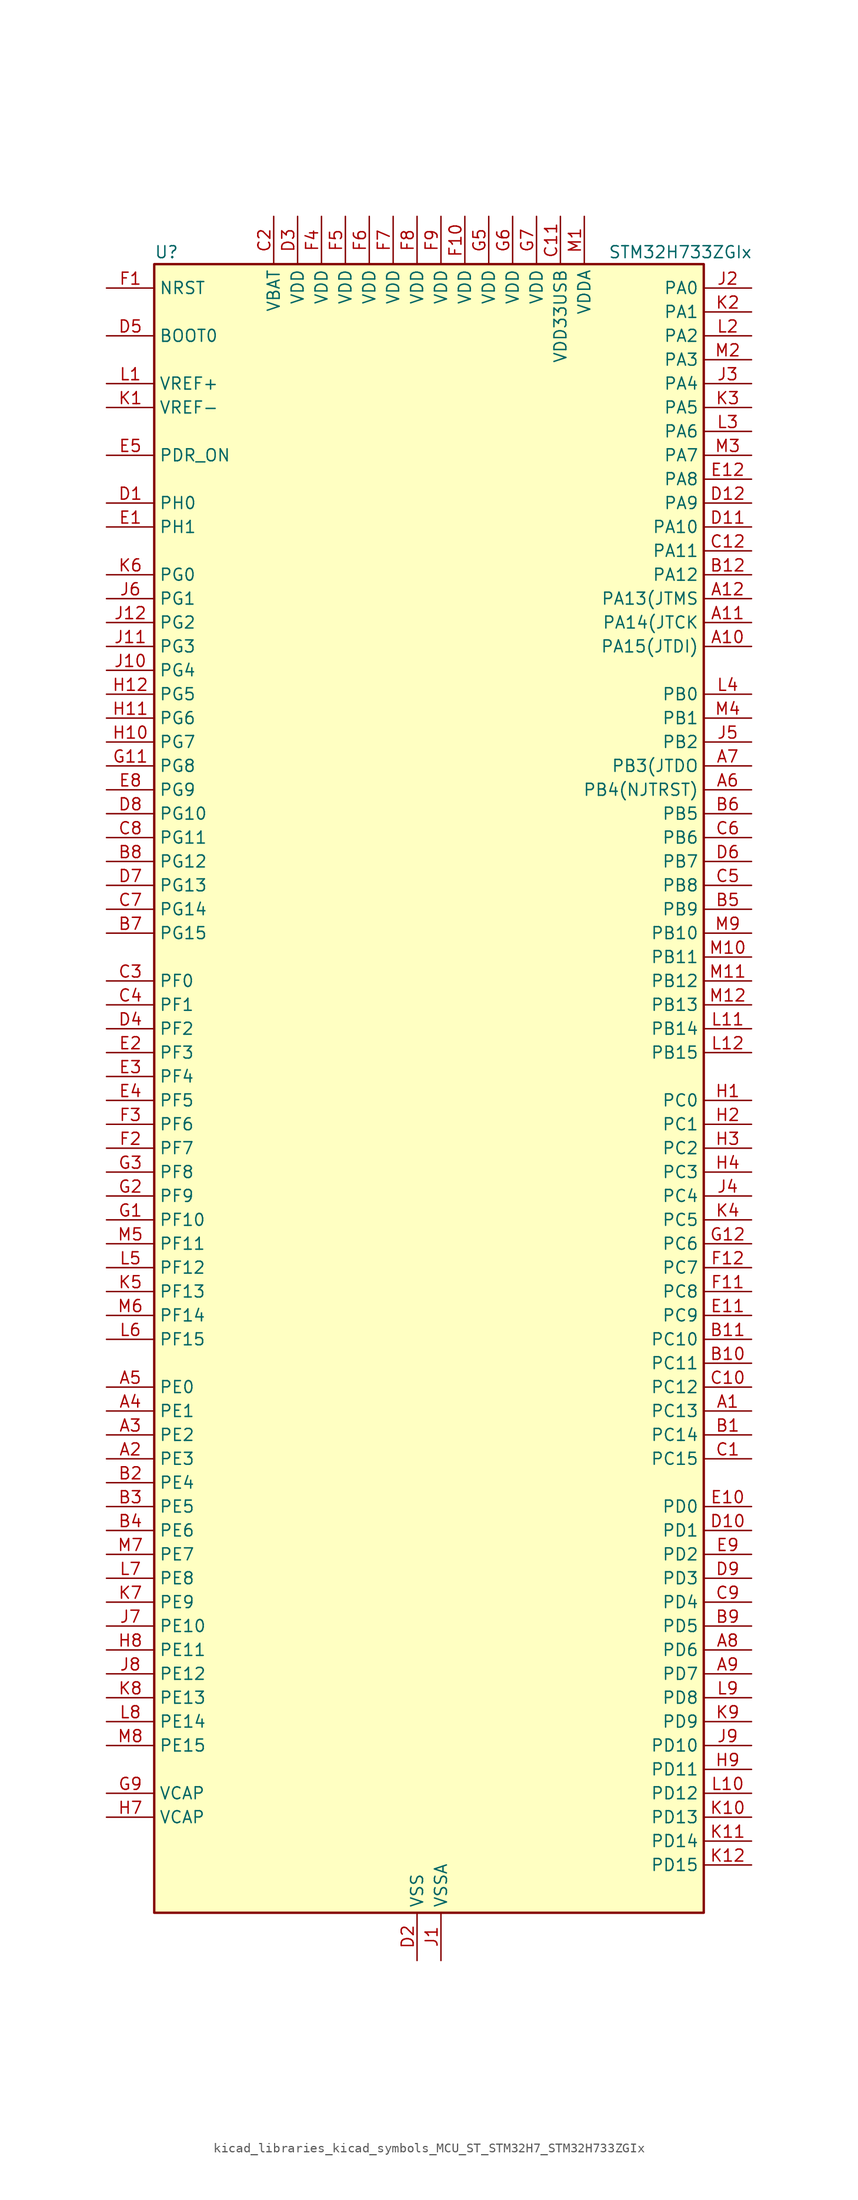
<source format=kicad_sym>
(kicad_symbol_lib
  (version 20220914)
  (generator kicad_symbol_editor)
  (symbol "kicad_libraries_kicad_symbols_MCU_ST_STM32H7_STM32H733ZGIx"
    (property "Reference" "U"
      (at -27.94 90.17 0)
      (effects (font (size 1.27 1.27)) (justify left)))
    (property "Value" "STM32H733ZGIx"
      (at 20.32 90.17 0)
      (effects (font (size 1.27 1.27)) (justify left)))
    (property "ki_locked" ""
      (at 0 0 0)
      (effects (font (size 1.27 1.27))))
    (symbol "kicad_libraries_kicad_symbols_MCU_ST_STM32H7_STM32H733ZGIx_0_1"
      (rectangle (start -27.94 -86.36) (end 30.48 88.9) (stroke (width 0.254) (type default)) (fill (type background))))
    (symbol "kicad_libraries_kicad_symbols_MCU_ST_STM32H7_STM32H733ZGIx_1_1"
      (pin bidirectional line (at 35.56 -33.02 180) (length 5.08) (name "PC13" (effects (font (size 1.27 1.27)))) (number "A1" (effects (font (size 1.27 1.27)))) (alternate "PWR_WKUP4" bidirectional line) (alternate "RTC_OUT_ALARM" bidirectional line) (alternate "RTC_OUT_CALIB" bidirectional line) (alternate "RTC_TAMP1" bidirectional line) (alternate "RTC_TS" bidirectional line))
      (pin bidirectional line (at 35.56 48.26 180) (length 5.08) (name "PA15(JTDI)" (effects (font (size 1.27 1.27)))) (number "A10" (effects (font (size 1.27 1.27)))) (alternate "ADC1_EXTI15" bidirectional line) (alternate "ADC2_EXTI15" bidirectional line) (alternate "ADC3_EXTI15" bidirectional line) (alternate "CEC" bidirectional line) (alternate "DEBUG_JTDI" bidirectional line) (alternate "I2S1_WS" bidirectional line) (alternate "I2S3_WS" bidirectional line) (alternate "I2S6_WS" bidirectional line) (alternate "LTDC_B6" bidirectional line) (alternate "LTDC_R3" bidirectional line) (alternate "SPI1_NSS" bidirectional line) (alternate "SPI3_NSS" bidirectional line) (alternate "SPI6_NSS" bidirectional line) (alternate "TIM2_CH1" bidirectional line) (alternate "TIM2_ETR" bidirectional line) (alternate "UART4_DE" bidirectional line) (alternate "UART4_RTS" bidirectional line) (alternate "UART7_TX" bidirectional line))
      (pin bidirectional line (at 35.56 50.8 180) (length 5.08) (name "PA14(JTCK" (effects (font (size 1.27 1.27)))) (number "A11" (effects (font (size 1.27 1.27)))) (alternate "DEBUG_JTCK-SWCLK" bidirectional line))
      (pin bidirectional line (at 35.56 53.34 180) (length 5.08) (name "PA13(JTMS" (effects (font (size 1.27 1.27)))) (number "A12" (effects (font (size 1.27 1.27)))) (alternate "DEBUG_JTMS-SWDIO" bidirectional line))
      (pin bidirectional line (at -33.02 -38.1 0) (length 5.08) (name "PE3" (effects (font (size 1.27 1.27)))) (number "A2" (effects (font (size 1.27 1.27)))) (alternate "DEBUG_TRACED0" bidirectional line) (alternate "FMC_A19" bidirectional line) (alternate "SAI1_SD_B" bidirectional line) (alternate "SAI4_SD_B" bidirectional line) (alternate "TIM15_BKIN" bidirectional line) (alternate "USART10_TX" bidirectional line))
      (pin bidirectional line (at -33.02 -35.56 0) (length 5.08) (name "PE2" (effects (font (size 1.27 1.27)))) (number "A3" (effects (font (size 1.27 1.27)))) (alternate "DEBUG_TRACECLK" bidirectional line) (alternate "ETH_TXD3" bidirectional line) (alternate "FMC_A23" bidirectional line) (alternate "OCTOSPIM_P1_IO2" bidirectional line) (alternate "SAI1_CK1" bidirectional line) (alternate "SAI1_MCLK_A" bidirectional line) (alternate "SAI4_CK1" bidirectional line) (alternate "SAI4_MCLK_A" bidirectional line) (alternate "SPI4_SCK" bidirectional line) (alternate "USART10_RX" bidirectional line))
      (pin bidirectional line (at -33.02 -33.02 0) (length 5.08) (name "PE1" (effects (font (size 1.27 1.27)))) (number "A4" (effects (font (size 1.27 1.27)))) (alternate "DCMI_D3" bidirectional line) (alternate "FMC_NBL1" bidirectional line) (alternate "LPTIM1_IN2" bidirectional line) (alternate "LTDC_R6" bidirectional line) (alternate "PSSI_D3" bidirectional line) (alternate "UART8_TX" bidirectional line))
      (pin bidirectional line (at -33.02 -30.48 0) (length 5.08) (name "PE0" (effects (font (size 1.27 1.27)))) (number "A5" (effects (font (size 1.27 1.27)))) (alternate "DCMI_D2" bidirectional line) (alternate "FMC_NBL0" bidirectional line) (alternate "LPTIM1_ETR" bidirectional line) (alternate "LPTIM2_ETR" bidirectional line) (alternate "LTDC_R0" bidirectional line) (alternate "PSSI_D2" bidirectional line) (alternate "SAI4_MCLK_A" bidirectional line) (alternate "TIM4_ETR" bidirectional line) (alternate "UART8_RX" bidirectional line))
      (pin bidirectional line (at 35.56 33.02 180) (length 5.08) (name "PB4(NJTRST)" (effects (font (size 1.27 1.27)))) (number "A6" (effects (font (size 1.27 1.27)))) (alternate "DEBUG_JTRST" bidirectional line) (alternate "I2S1_SDI" bidirectional line) (alternate "I2S2_WS" bidirectional line) (alternate "I2S3_SDI" bidirectional line) (alternate "I2S6_SDI" bidirectional line) (alternate "SDMMC2_D3" bidirectional line) (alternate "SPI1_MISO" bidirectional line) (alternate "SPI2_NSS" bidirectional line) (alternate "SPI3_MISO" bidirectional line) (alternate "SPI6_MISO" bidirectional line) (alternate "TIM16_BKIN" bidirectional line) (alternate "TIM3_CH1" bidirectional line) (alternate "UART7_TX" bidirectional line))
      (pin bidirectional line (at 35.56 35.56 180) (length 5.08) (name "PB3(JTDO" (effects (font (size 1.27 1.27)))) (number "A7" (effects (font (size 1.27 1.27)))) (alternate "CRS_SYNC" bidirectional line) (alternate "DEBUG_JTDO-SWO" bidirectional line) (alternate "I2S1_CK" bidirectional line) (alternate "I2S3_CK" bidirectional line) (alternate "I2S6_CK" bidirectional line) (alternate "SDMMC2_D2" bidirectional line) (alternate "SPI1_SCK" bidirectional line) (alternate "SPI3_SCK" bidirectional line) (alternate "SPI6_SCK" bidirectional line) (alternate "TIM24_ETR" bidirectional line) (alternate "TIM2_CH2" bidirectional line) (alternate "UART7_RX" bidirectional line))
      (pin bidirectional line (at 35.56 -58.42 180) (length 5.08) (name "PD6" (effects (font (size 1.27 1.27)))) (number "A8" (effects (font (size 1.27 1.27)))) (alternate "DCMI_D10" bidirectional line) (alternate "DFSDM1_CKIN4" bidirectional line) (alternate "DFSDM1_DATIN1" bidirectional line) (alternate "FMC_NWAIT" bidirectional line) (alternate "I2S3_SDO" bidirectional line) (alternate "LTDC_B2" bidirectional line) (alternate "OCTOSPIM_P1_IO6" bidirectional line) (alternate "PSSI_D10" bidirectional line) (alternate "SAI1_D1" bidirectional line) (alternate "SAI1_SD_A" bidirectional line) (alternate "SAI4_D1" bidirectional line) (alternate "SAI4_SD_A" bidirectional line) (alternate "SDMMC2_CK" bidirectional line) (alternate "SPI3_MOSI" bidirectional line) (alternate "USART2_RX" bidirectional line))
      (pin bidirectional line (at 35.56 -60.96 180) (length 5.08) (name "PD7" (effects (font (size 1.27 1.27)))) (number "A9" (effects (font (size 1.27 1.27)))) (alternate "DFSDM1_CKIN1" bidirectional line) (alternate "DFSDM1_DATIN4" bidirectional line) (alternate "FMC_NE1" bidirectional line) (alternate "I2S1_SDO" bidirectional line) (alternate "OCTOSPIM_P1_IO7" bidirectional line) (alternate "SDMMC2_CMD" bidirectional line) (alternate "SPDIFRX1_IN0" bidirectional line) (alternate "SPI1_MOSI" bidirectional line) (alternate "USART2_CK" bidirectional line))
      (pin bidirectional line (at 35.56 -35.56 180) (length 5.08) (name "PC14" (effects (font (size 1.27 1.27)))) (number "B1" (effects (font (size 1.27 1.27)))) (alternate "RCC_OSC32_IN" bidirectional line))
      (pin bidirectional line (at 35.56 -27.94 180) (length 5.08) (name "PC11" (effects (font (size 1.27 1.27)))) (number "B10" (effects (font (size 1.27 1.27)))) (alternate "ADC1_EXTI11" bidirectional line) (alternate "ADC2_EXTI11" bidirectional line) (alternate "ADC3_EXTI11" bidirectional line) (alternate "DCMI_D4" bidirectional line) (alternate "DFSDM1_DATIN5" bidirectional line) (alternate "I2C5_SCL" bidirectional line) (alternate "I2S3_SDI" bidirectional line) (alternate "LTDC_B4" bidirectional line) (alternate "OCTOSPIM_P1_NCS" bidirectional line) (alternate "PSSI_D4" bidirectional line) (alternate "SDMMC1_D3" bidirectional line) (alternate "SPI3_MISO" bidirectional line) (alternate "UART4_RX" bidirectional line) (alternate "USART3_RX" bidirectional line))
      (pin bidirectional line (at 35.56 -25.4 180) (length 5.08) (name "PC10" (effects (font (size 1.27 1.27)))) (number "B11" (effects (font (size 1.27 1.27)))) (alternate "DCMI_D8" bidirectional line) (alternate "DFSDM1_CKIN5" bidirectional line) (alternate "I2C5_SDA" bidirectional line) (alternate "I2S3_CK" bidirectional line) (alternate "LTDC_B1" bidirectional line) (alternate "LTDC_R2" bidirectional line) (alternate "OCTOSPIM_P1_IO1" bidirectional line) (alternate "PSSI_D8" bidirectional line) (alternate "SDMMC1_D2" bidirectional line) (alternate "SPI3_SCK" bidirectional line) (alternate "SWPMI1_RX" bidirectional line) (alternate "UART4_TX" bidirectional line) (alternate "USART3_TX" bidirectional line))
      (pin bidirectional line (at 35.56 55.88 180) (length 5.08) (name "PA12" (effects (font (size 1.27 1.27)))) (number "B12" (effects (font (size 1.27 1.27)))) (alternate "FDCAN1_TX" bidirectional line) (alternate "I2S2_CK" bidirectional line) (alternate "LPUART1_DE" bidirectional line) (alternate "LPUART1_RTS" bidirectional line) (alternate "LTDC_R5" bidirectional line) (alternate "SAI4_FS_B" bidirectional line) (alternate "SPI2_SCK" bidirectional line) (alternate "TIM1_BKIN2" bidirectional line) (alternate "TIM1_ETR" bidirectional line) (alternate "UART4_TX" bidirectional line) (alternate "USART1_DE" bidirectional line) (alternate "USART1_RTS" bidirectional line) (alternate "USB_OTG_HS_DP" bidirectional line))
      (pin bidirectional line (at -33.02 -40.64 0) (length 5.08) (name "PE4" (effects (font (size 1.27 1.27)))) (number "B2" (effects (font (size 1.27 1.27)))) (alternate "DCMI_D4" bidirectional line) (alternate "DEBUG_TRACED1" bidirectional line) (alternate "DFSDM1_DATIN3" bidirectional line) (alternate "FMC_A20" bidirectional line) (alternate "LTDC_B0" bidirectional line) (alternate "PSSI_D4" bidirectional line) (alternate "SAI1_D2" bidirectional line) (alternate "SAI1_FS_A" bidirectional line) (alternate "SAI4_D2" bidirectional line) (alternate "SAI4_FS_A" bidirectional line) (alternate "SPI4_NSS" bidirectional line) (alternate "TIM15_CH1N" bidirectional line))
      (pin bidirectional line (at -33.02 -43.18 0) (length 5.08) (name "PE5" (effects (font (size 1.27 1.27)))) (number "B3" (effects (font (size 1.27 1.27)))) (alternate "DCMI_D6" bidirectional line) (alternate "DEBUG_TRACED2" bidirectional line) (alternate "DFSDM1_CKIN3" bidirectional line) (alternate "FMC_A21" bidirectional line) (alternate "LTDC_G0" bidirectional line) (alternate "PSSI_D6" bidirectional line) (alternate "SAI1_CK2" bidirectional line) (alternate "SAI1_SCK_A" bidirectional line) (alternate "SAI4_CK2" bidirectional line) (alternate "SAI4_SCK_A" bidirectional line) (alternate "SPI4_MISO" bidirectional line) (alternate "TIM15_CH1" bidirectional line))
      (pin bidirectional line (at -33.02 -45.72 0) (length 5.08) (name "PE6" (effects (font (size 1.27 1.27)))) (number "B4" (effects (font (size 1.27 1.27)))) (alternate "DCMI_D7" bidirectional line) (alternate "DEBUG_TRACED3" bidirectional line) (alternate "FMC_A22" bidirectional line) (alternate "LTDC_G1" bidirectional line) (alternate "PSSI_D7" bidirectional line) (alternate "SAI1_D1" bidirectional line) (alternate "SAI1_SD_A" bidirectional line) (alternate "SAI4_D1" bidirectional line) (alternate "SAI4_MCLK_B" bidirectional line) (alternate "SAI4_SD_A" bidirectional line) (alternate "SPI4_MOSI" bidirectional line) (alternate "TIM15_CH2" bidirectional line) (alternate "TIM1_BKIN2" bidirectional line) (alternate "TIM1_BKIN2_COMP1" bidirectional line) (alternate "TIM1_BKIN2_COMP2" bidirectional line))
      (pin bidirectional line (at 35.56 20.32 180) (length 5.08) (name "PB9" (effects (font (size 1.27 1.27)))) (number "B5" (effects (font (size 1.27 1.27)))) (alternate "DAC1_EXTI9" bidirectional line) (alternate "DCMI_D7" bidirectional line) (alternate "DFSDM1_DATIN7" bidirectional line) (alternate "FDCAN1_TX" bidirectional line) (alternate "I2C1_SDA" bidirectional line) (alternate "I2C4_SDA" bidirectional line) (alternate "I2C4_SMBA" bidirectional line) (alternate "I2S2_WS" bidirectional line) (alternate "LTDC_B7" bidirectional line) (alternate "PSSI_D7" bidirectional line) (alternate "SDMMC1_CDIR" bidirectional line) (alternate "SDMMC1_D5" bidirectional line) (alternate "SDMMC2_D5" bidirectional line) (alternate "SPI2_NSS" bidirectional line) (alternate "TIM17_CH1" bidirectional line) (alternate "TIM4_CH4" bidirectional line) (alternate "UART4_TX" bidirectional line))
      (pin bidirectional line (at 35.56 30.48 180) (length 5.08) (name "PB5" (effects (font (size 1.27 1.27)))) (number "B6" (effects (font (size 1.27 1.27)))) (alternate "DCMI_D10" bidirectional line) (alternate "ETH_PPS_OUT" bidirectional line) (alternate "FDCAN2_RX" bidirectional line) (alternate "FMC_SDCKE1" bidirectional line) (alternate "I2C1_SMBA" bidirectional line) (alternate "I2C4_SMBA" bidirectional line) (alternate "I2S1_SDO" bidirectional line) (alternate "I2S3_SDO" bidirectional line) (alternate "I2S6_SDO" bidirectional line) (alternate "LTDC_B5" bidirectional line) (alternate "PSSI_D10" bidirectional line) (alternate "SPI1_MOSI" bidirectional line) (alternate "SPI3_MOSI" bidirectional line) (alternate "SPI6_MOSI" bidirectional line) (alternate "TIM17_BKIN" bidirectional line) (alternate "TIM3_CH2" bidirectional line) (alternate "UART5_RX" bidirectional line) (alternate "USB_OTG_HS_ULPI_D7" bidirectional line))
      (pin bidirectional line (at -33.02 17.78 0) (length 5.08) (name "PG15" (effects (font (size 1.27 1.27)))) (number "B7" (effects (font (size 1.27 1.27)))) (alternate "ADC1_EXTI15" bidirectional line) (alternate "ADC2_EXTI15" bidirectional line) (alternate "ADC3_EXTI15" bidirectional line) (alternate "DCMI_D13" bidirectional line) (alternate "FMC_SDNCAS" bidirectional line) (alternate "OCTOSPIM_P2_DQS" bidirectional line) (alternate "PSSI_D13" bidirectional line) (alternate "USART10_CK" bidirectional line) (alternate "USART6_CTS" bidirectional line) (alternate "USART6_NSS" bidirectional line))
      (pin bidirectional line (at -33.02 25.4 0) (length 5.08) (name "PG12" (effects (font (size 1.27 1.27)))) (number "B8" (effects (font (size 1.27 1.27)))) (alternate "ETH_TXD1" bidirectional line) (alternate "FMC_NE4" bidirectional line) (alternate "I2S6_SDI" bidirectional line) (alternate "LPTIM1_IN1" bidirectional line) (alternate "LTDC_B1" bidirectional line) (alternate "LTDC_B4" bidirectional line) (alternate "OCTOSPIM_P2_NCS" bidirectional line) (alternate "SDMMC2_D3" bidirectional line) (alternate "SPDIFRX1_IN1" bidirectional line) (alternate "SPI6_MISO" bidirectional line) (alternate "TIM23_CH1" bidirectional line) (alternate "USART10_TX" bidirectional line) (alternate "USART6_DE" bidirectional line) (alternate "USART6_RTS" bidirectional line))
      (pin bidirectional line (at 35.56 -55.88 180) (length 5.08) (name "PD5" (effects (font (size 1.27 1.27)))) (number "B9" (effects (font (size 1.27 1.27)))) (alternate "FMC_NWE" bidirectional line) (alternate "OCTOSPIM_P1_IO5" bidirectional line) (alternate "USART2_TX" bidirectional line))
      (pin bidirectional line (at 35.56 -38.1 180) (length 5.08) (name "PC15" (effects (font (size 1.27 1.27)))) (number "C1" (effects (font (size 1.27 1.27)))) (alternate "ADC1_EXTI15" bidirectional line) (alternate "ADC2_EXTI15" bidirectional line) (alternate "ADC3_EXTI15" bidirectional line) (alternate "RCC_OSC32_OUT" bidirectional line))
      (pin bidirectional line (at 35.56 -30.48 180) (length 5.08) (name "PC12" (effects (font (size 1.27 1.27)))) (number "C10" (effects (font (size 1.27 1.27)))) (alternate "DCMI_D9" bidirectional line) (alternate "DEBUG_TRACED3" bidirectional line) (alternate "FMC_D6" bidirectional line) (alternate "FMC_DA6" bidirectional line) (alternate "I2C5_SMBA" bidirectional line) (alternate "I2S3_SDO" bidirectional line) (alternate "I2S6_CK" bidirectional line) (alternate "LTDC_R6" bidirectional line) (alternate "PSSI_D9" bidirectional line) (alternate "SDMMC1_CK" bidirectional line) (alternate "SPI3_MOSI" bidirectional line) (alternate "SPI6_SCK" bidirectional line) (alternate "TIM15_CH1" bidirectional line) (alternate "UART5_TX" bidirectional line) (alternate "USART3_CK" bidirectional line))
      (pin power_in line (at 15.24 93.98 270) (length 5.08) (name "VDD33USB" (effects (font (size 1.27 1.27)))) (number "C11" (effects (font (size 1.27 1.27)))))
      (pin bidirectional line (at 35.56 58.42 180) (length 5.08) (name "PA11" (effects (font (size 1.27 1.27)))) (number "C12" (effects (font (size 1.27 1.27)))) (alternate "ADC1_EXTI11" bidirectional line) (alternate "ADC2_EXTI11" bidirectional line) (alternate "ADC3_EXTI11" bidirectional line) (alternate "FDCAN1_RX" bidirectional line) (alternate "I2S2_WS" bidirectional line) (alternate "LPUART1_CTS" bidirectional line) (alternate "LTDC_R4" bidirectional line) (alternate "SPI2_NSS" bidirectional line) (alternate "TIM1_CH4" bidirectional line) (alternate "UART4_RX" bidirectional line) (alternate "USART1_CTS" bidirectional line) (alternate "USART1_NSS" bidirectional line) (alternate "USB_OTG_HS_DM" bidirectional line))
      (pin power_in line (at -15.24 93.98 270) (length 5.08) (name "VBAT" (effects (font (size 1.27 1.27)))) (number "C2" (effects (font (size 1.27 1.27)))))
      (pin bidirectional line (at -33.02 12.7 0) (length 5.08) (name "PF0" (effects (font (size 1.27 1.27)))) (number "C3" (effects (font (size 1.27 1.27)))) (alternate "FMC_A0" bidirectional line) (alternate "I2C2_SDA" bidirectional line) (alternate "I2C5_SDA" bidirectional line) (alternate "OCTOSPIM_P2_IO0" bidirectional line) (alternate "TIM23_CH1" bidirectional line))
      (pin bidirectional line (at -33.02 10.16 0) (length 5.08) (name "PF1" (effects (font (size 1.27 1.27)))) (number "C4" (effects (font (size 1.27 1.27)))) (alternate "FMC_A1" bidirectional line) (alternate "I2C2_SCL" bidirectional line) (alternate "I2C5_SCL" bidirectional line) (alternate "OCTOSPIM_P2_IO1" bidirectional line) (alternate "TIM23_CH2" bidirectional line))
      (pin bidirectional line (at 35.56 22.86 180) (length 5.08) (name "PB8" (effects (font (size 1.27 1.27)))) (number "C5" (effects (font (size 1.27 1.27)))) (alternate "DCMI_D6" bidirectional line) (alternate "DFSDM1_CKIN7" bidirectional line) (alternate "ETH_TXD3" bidirectional line) (alternate "FDCAN1_RX" bidirectional line) (alternate "I2C1_SCL" bidirectional line) (alternate "I2C4_SCL" bidirectional line) (alternate "LTDC_B6" bidirectional line) (alternate "PSSI_D6" bidirectional line) (alternate "SDMMC1_CKIN" bidirectional line) (alternate "SDMMC1_D4" bidirectional line) (alternate "SDMMC2_D4" bidirectional line) (alternate "TIM16_CH1" bidirectional line) (alternate "TIM4_CH3" bidirectional line) (alternate "UART4_RX" bidirectional line))
      (pin bidirectional line (at 35.56 27.94 180) (length 5.08) (name "PB6" (effects (font (size 1.27 1.27)))) (number "C6" (effects (font (size 1.27 1.27)))) (alternate "CEC" bidirectional line) (alternate "DCMI_D5" bidirectional line) (alternate "DFSDM1_DATIN5" bidirectional line) (alternate "FDCAN2_TX" bidirectional line) (alternate "FMC_SDNE1" bidirectional line) (alternate "I2C1_SCL" bidirectional line) (alternate "I2C4_SCL" bidirectional line) (alternate "LPUART1_TX" bidirectional line) (alternate "OCTOSPIM_P1_NCS" bidirectional line) (alternate "PSSI_D5" bidirectional line) (alternate "TIM16_CH1N" bidirectional line) (alternate "TIM4_CH1" bidirectional line) (alternate "UART5_TX" bidirectional line) (alternate "USART1_TX" bidirectional line))
      (pin bidirectional line (at -33.02 20.32 0) (length 5.08) (name "PG14" (effects (font (size 1.27 1.27)))) (number "C7" (effects (font (size 1.27 1.27)))) (alternate "DEBUG_TRACED1" bidirectional line) (alternate "ETH_TXD1" bidirectional line) (alternate "FMC_A25" bidirectional line) (alternate "I2S6_SDO" bidirectional line) (alternate "LPTIM1_ETR" bidirectional line) (alternate "LTDC_B0" bidirectional line) (alternate "OCTOSPIM_P1_IO7" bidirectional line) (alternate "SDMMC2_D7" bidirectional line) (alternate "SPI6_MOSI" bidirectional line) (alternate "TIM23_CH3" bidirectional line) (alternate "USART10_DE" bidirectional line) (alternate "USART10_RTS" bidirectional line) (alternate "USART6_TX" bidirectional line))
      (pin bidirectional line (at -33.02 27.94 0) (length 5.08) (name "PG11" (effects (font (size 1.27 1.27)))) (number "C8" (effects (font (size 1.27 1.27)))) (alternate "ADC1_EXTI11" bidirectional line) (alternate "ADC2_EXTI11" bidirectional line) (alternate "ADC3_EXTI11" bidirectional line) (alternate "DCMI_D3" bidirectional line) (alternate "ETH_TX_EN" bidirectional line) (alternate "I2S1_CK" bidirectional line) (alternate "LPTIM1_IN2" bidirectional line) (alternate "LTDC_B3" bidirectional line) (alternate "OCTOSPIM_P2_IO7" bidirectional line) (alternate "PSSI_D3" bidirectional line) (alternate "SDMMC2_D2" bidirectional line) (alternate "SPDIFRX1_IN0" bidirectional line) (alternate "SPI1_SCK" bidirectional line) (alternate "USART10_RX" bidirectional line))
      (pin bidirectional line (at 35.56 -53.34 180) (length 5.08) (name "PD4" (effects (font (size 1.27 1.27)))) (number "C9" (effects (font (size 1.27 1.27)))) (alternate "FMC_NOE" bidirectional line) (alternate "OCTOSPIM_P1_IO4" bidirectional line) (alternate "USART2_DE" bidirectional line) (alternate "USART2_RTS" bidirectional line))
      (pin bidirectional line (at -33.02 63.5 0) (length 5.08) (name "PH0" (effects (font (size 1.27 1.27)))) (number "D1" (effects (font (size 1.27 1.27)))) (alternate "RCC_OSC_IN" bidirectional line))
      (pin bidirectional line (at 35.56 -45.72 180) (length 5.08) (name "PD1" (effects (font (size 1.27 1.27)))) (number "D10" (effects (font (size 1.27 1.27)))) (alternate "DFSDM1_DATIN6" bidirectional line) (alternate "FDCAN1_TX" bidirectional line) (alternate "FMC_D3" bidirectional line) (alternate "FMC_DA3" bidirectional line) (alternate "UART4_TX" bidirectional line))
      (pin bidirectional line (at 35.56 60.96 180) (length 5.08) (name "PA10" (effects (font (size 1.27 1.27)))) (number "D11" (effects (font (size 1.27 1.27)))) (alternate "DCMI_D1" bidirectional line) (alternate "LPUART1_RX" bidirectional line) (alternate "LTDC_B1" bidirectional line) (alternate "LTDC_B4" bidirectional line) (alternate "MDIOS_MDIO" bidirectional line) (alternate "PSSI_D1" bidirectional line) (alternate "TIM1_CH3" bidirectional line) (alternate "USART1_RX" bidirectional line) (alternate "USB_OTG_HS_ID" bidirectional line))
      (pin bidirectional line (at 35.56 63.5 180) (length 5.08) (name "PA9" (effects (font (size 1.27 1.27)))) (number "D12" (effects (font (size 1.27 1.27)))) (alternate "DAC1_EXTI9" bidirectional line) (alternate "DCMI_D0" bidirectional line) (alternate "ETH_TX_ER" bidirectional line) (alternate "I2C3_SMBA" bidirectional line) (alternate "I2C5_SMBA" bidirectional line) (alternate "I2S2_CK" bidirectional line) (alternate "LPUART1_TX" bidirectional line) (alternate "LTDC_R5" bidirectional line) (alternate "PSSI_D0" bidirectional line) (alternate "SPI2_SCK" bidirectional line) (alternate "TIM1_CH2" bidirectional line) (alternate "USART1_TX" bidirectional line) (alternate "USB_OTG_HS_VBUS" bidirectional line))
      (pin power_in line (at 0 -91.44 90) (length 5.08) (name "VSS" (effects (font (size 1.27 1.27)))) (number "D2" (effects (font (size 1.27 1.27)))))
      (pin power_in line (at -12.7 93.98 270) (length 5.08) (name "VDD" (effects (font (size 1.27 1.27)))) (number "D3" (effects (font (size 1.27 1.27)))))
      (pin bidirectional line (at -33.02 7.62 0) (length 5.08) (name "PF2" (effects (font (size 1.27 1.27)))) (number "D4" (effects (font (size 1.27 1.27)))) (alternate "FMC_A2" bidirectional line) (alternate "I2C2_SMBA" bidirectional line) (alternate "I2C5_SMBA" bidirectional line) (alternate "OCTOSPIM_P2_IO2" bidirectional line) (alternate "TIM23_CH3" bidirectional line))
      (pin input line (at -33.02 81.28 0) (length 5.08) (name "BOOT0" (effects (font (size 1.27 1.27)))) (number "D5" (effects (font (size 1.27 1.27)))))
      (pin bidirectional line (at 35.56 25.4 180) (length 5.08) (name "PB7" (effects (font (size 1.27 1.27)))) (number "D6" (effects (font (size 1.27 1.27)))) (alternate "DCMI_VSYNC" bidirectional line) (alternate "DFSDM1_CKIN5" bidirectional line) (alternate "FMC_NL" bidirectional line) (alternate "I2C1_SDA" bidirectional line) (alternate "I2C4_SDA" bidirectional line) (alternate "LPUART1_RX" bidirectional line) (alternate "PSSI_RDY" bidirectional line) (alternate "PWR_PVD_IN" bidirectional line) (alternate "TIM17_CH1N" bidirectional line) (alternate "TIM4_CH2" bidirectional line) (alternate "USART1_RX" bidirectional line))
      (pin bidirectional line (at -33.02 22.86 0) (length 5.08) (name "PG13" (effects (font (size 1.27 1.27)))) (number "D7" (effects (font (size 1.27 1.27)))) (alternate "DEBUG_TRACED0" bidirectional line) (alternate "ETH_TXD0" bidirectional line) (alternate "FMC_A24" bidirectional line) (alternate "I2S6_CK" bidirectional line) (alternate "LPTIM1_OUT" bidirectional line) (alternate "LTDC_R0" bidirectional line) (alternate "SDMMC2_D6" bidirectional line) (alternate "SPI6_SCK" bidirectional line) (alternate "TIM23_CH2" bidirectional line) (alternate "USART10_CTS" bidirectional line) (alternate "USART10_NSS" bidirectional line) (alternate "USART6_CTS" bidirectional line) (alternate "USART6_NSS" bidirectional line))
      (pin bidirectional line (at -33.02 30.48 0) (length 5.08) (name "PG10" (effects (font (size 1.27 1.27)))) (number "D8" (effects (font (size 1.27 1.27)))) (alternate "DCMI_D2" bidirectional line) (alternate "FDCAN3_RX" bidirectional line) (alternate "FMC_NE3" bidirectional line) (alternate "I2S1_WS" bidirectional line) (alternate "LTDC_B2" bidirectional line) (alternate "LTDC_G3" bidirectional line) (alternate "OCTOSPIM_P2_IO6" bidirectional line) (alternate "PSSI_D2" bidirectional line) (alternate "SAI4_SD_B" bidirectional line) (alternate "SDMMC2_D1" bidirectional line) (alternate "SPI1_NSS" bidirectional line))
      (pin bidirectional line (at 35.56 -50.8 180) (length 5.08) (name "PD3" (effects (font (size 1.27 1.27)))) (number "D9" (effects (font (size 1.27 1.27)))) (alternate "DCMI_D5" bidirectional line) (alternate "DFSDM1_CKOUT" bidirectional line) (alternate "FMC_CLK" bidirectional line) (alternate "I2S2_CK" bidirectional line) (alternate "LTDC_G7" bidirectional line) (alternate "PSSI_D5" bidirectional line) (alternate "SPI2_SCK" bidirectional line) (alternate "USART2_CTS" bidirectional line) (alternate "USART2_NSS" bidirectional line))
      (pin bidirectional line (at -33.02 60.96 0) (length 5.08) (name "PH1" (effects (font (size 1.27 1.27)))) (number "E1" (effects (font (size 1.27 1.27)))) (alternate "RCC_OSC_OUT" bidirectional line))
      (pin bidirectional line (at 35.56 -43.18 180) (length 5.08) (name "PD0" (effects (font (size 1.27 1.27)))) (number "E10" (effects (font (size 1.27 1.27)))) (alternate "DFSDM1_CKIN6" bidirectional line) (alternate "FDCAN1_RX" bidirectional line) (alternate "FMC_D2" bidirectional line) (alternate "FMC_DA2" bidirectional line) (alternate "LTDC_B1" bidirectional line) (alternate "UART4_RX" bidirectional line) (alternate "UART9_CTS" bidirectional line))
      (pin bidirectional line (at 35.56 -22.86 180) (length 5.08) (name "PC9" (effects (font (size 1.27 1.27)))) (number "E11" (effects (font (size 1.27 1.27)))) (alternate "DAC1_EXTI9" bidirectional line) (alternate "DCMI_D3" bidirectional line) (alternate "I2C3_SDA" bidirectional line) (alternate "I2C5_SDA" bidirectional line) (alternate "I2S_CKIN" bidirectional line) (alternate "LTDC_B2" bidirectional line) (alternate "LTDC_G3" bidirectional line) (alternate "OCTOSPIM_P1_IO0" bidirectional line) (alternate "PSSI_D3" bidirectional line) (alternate "RCC_MCO_2" bidirectional line) (alternate "SDMMC1_D1" bidirectional line) (alternate "SWPMI1_SUSPEND" bidirectional line) (alternate "TIM3_CH4" bidirectional line) (alternate "TIM8_CH4" bidirectional line) (alternate "UART5_CTS" bidirectional line))
      (pin bidirectional line (at 35.56 66.04 180) (length 5.08) (name "PA8" (effects (font (size 1.27 1.27)))) (number "E12" (effects (font (size 1.27 1.27)))) (alternate "I2C3_SCL" bidirectional line) (alternate "I2C5_SCL" bidirectional line) (alternate "LTDC_B3" bidirectional line) (alternate "LTDC_R6" bidirectional line) (alternate "RCC_MCO_1" bidirectional line) (alternate "TIM1_CH1" bidirectional line) (alternate "TIM8_BKIN2" bidirectional line) (alternate "TIM8_BKIN2_COMP1" bidirectional line) (alternate "TIM8_BKIN2_COMP2" bidirectional line) (alternate "UART7_RX" bidirectional line) (alternate "USART1_CK" bidirectional line) (alternate "USB_OTG_HS_SOF" bidirectional line))
      (pin bidirectional line (at -33.02 5.08 0) (length 5.08) (name "PF3" (effects (font (size 1.27 1.27)))) (number "E2" (effects (font (size 1.27 1.27)))) (alternate "ADC3_INP5" bidirectional line) (alternate "FMC_A3" bidirectional line) (alternate "OCTOSPIM_P2_IO3" bidirectional line) (alternate "TIM23_CH4" bidirectional line))
      (pin bidirectional line (at -33.02 2.54 0) (length 5.08) (name "PF4" (effects (font (size 1.27 1.27)))) (number "E3" (effects (font (size 1.27 1.27)))) (alternate "ADC3_INN5" bidirectional line) (alternate "ADC3_INP9" bidirectional line) (alternate "FMC_A4" bidirectional line) (alternate "OCTOSPIM_P2_CLK" bidirectional line))
      (pin bidirectional line (at -33.02 0 0) (length 5.08) (name "PF5" (effects (font (size 1.27 1.27)))) (number "E4" (effects (font (size 1.27 1.27)))) (alternate "ADC3_INP4" bidirectional line) (alternate "FMC_A5" bidirectional line) (alternate "OCTOSPIM_P2_NCLK" bidirectional line))
      (pin input line (at -33.02 68.58 0) (length 5.08) (name "PDR_ON" (effects (font (size 1.27 1.27)))) (number "E5" (effects (font (size 1.27 1.27)))))
      (pin passive line (at 0 -91.44 90) (length 5.08) hide (name "VSS" (effects (font (size 1.27 1.27)))) (number "E6" (effects (font (size 1.27 1.27)))))
      (pin passive line (at 0 -91.44 90) (length 5.08) hide (name "VSS" (effects (font (size 1.27 1.27)))) (number "E7" (effects (font (size 1.27 1.27)))))
      (pin bidirectional line (at -33.02 33.02 0) (length 5.08) (name "PG9" (effects (font (size 1.27 1.27)))) (number "E8" (effects (font (size 1.27 1.27)))) (alternate "DAC1_EXTI9" bidirectional line) (alternate "DCMI_VSYNC" bidirectional line) (alternate "FDCAN3_TX" bidirectional line) (alternate "FMC_NCE" bidirectional line) (alternate "FMC_NE2" bidirectional line) (alternate "I2S1_SDI" bidirectional line) (alternate "OCTOSPIM_P1_IO6" bidirectional line) (alternate "PSSI_RDY" bidirectional line) (alternate "SAI4_FS_B" bidirectional line) (alternate "SDMMC2_D0" bidirectional line) (alternate "SPDIFRX1_IN3" bidirectional line) (alternate "SPI1_MISO" bidirectional line) (alternate "USART6_RX" bidirectional line))
      (pin bidirectional line (at 35.56 -48.26 180) (length 5.08) (name "PD2" (effects (font (size 1.27 1.27)))) (number "E9" (effects (font (size 1.27 1.27)))) (alternate "DCMI_D11" bidirectional line) (alternate "DEBUG_TRACED2" bidirectional line) (alternate "FMC_D7" bidirectional line) (alternate "FMC_DA7" bidirectional line) (alternate "LTDC_B2" bidirectional line) (alternate "LTDC_B7" bidirectional line) (alternate "PSSI_D11" bidirectional line) (alternate "SDMMC1_CMD" bidirectional line) (alternate "TIM15_BKIN" bidirectional line) (alternate "TIM3_ETR" bidirectional line) (alternate "UART5_RX" bidirectional line))
      (pin input line (at -33.02 86.36 0) (length 5.08) (name "NRST" (effects (font (size 1.27 1.27)))) (number "F1" (effects (font (size 1.27 1.27)))))
      (pin power_in line (at 5.08 93.98 270) (length 5.08) (name "VDD" (effects (font (size 1.27 1.27)))) (number "F10" (effects (font (size 1.27 1.27)))))
      (pin bidirectional line (at 35.56 -20.32 180) (length 5.08) (name "PC8" (effects (font (size 1.27 1.27)))) (number "F11" (effects (font (size 1.27 1.27)))) (alternate "DCMI_D2" bidirectional line) (alternate "DEBUG_TRACED1" bidirectional line) (alternate "FMC_INT" bidirectional line) (alternate "FMC_NCE" bidirectional line) (alternate "FMC_NE2" bidirectional line) (alternate "PSSI_D2" bidirectional line) (alternate "SDMMC1_D0" bidirectional line) (alternate "SWPMI1_RX" bidirectional line) (alternate "TIM3_CH3" bidirectional line) (alternate "TIM8_CH3" bidirectional line) (alternate "UART5_DE" bidirectional line) (alternate "UART5_RTS" bidirectional line) (alternate "USART6_CK" bidirectional line))
      (pin bidirectional line (at 35.56 -17.78 180) (length 5.08) (name "PC7" (effects (font (size 1.27 1.27)))) (number "F12" (effects (font (size 1.27 1.27)))) (alternate "DCMI_D1" bidirectional line) (alternate "DEBUG_TRGIO" bidirectional line) (alternate "DFSDM1_DATIN3" bidirectional line) (alternate "FMC_NE1" bidirectional line) (alternate "I2S3_MCK" bidirectional line) (alternate "LTDC_G6" bidirectional line) (alternate "PSSI_D1" bidirectional line) (alternate "SDMMC1_D123DIR" bidirectional line) (alternate "SDMMC1_D7" bidirectional line) (alternate "SDMMC2_D7" bidirectional line) (alternate "SWPMI1_TX" bidirectional line) (alternate "TIM3_CH2" bidirectional line) (alternate "TIM8_CH2" bidirectional line) (alternate "USART6_RX" bidirectional line))
      (pin bidirectional line (at -33.02 -5.08 0) (length 5.08) (name "PF7" (effects (font (size 1.27 1.27)))) (number "F2" (effects (font (size 1.27 1.27)))) (alternate "ADC3_INP3" bidirectional line) (alternate "FDCAN3_TX" bidirectional line) (alternate "OCTOSPIM_P1_IO2" bidirectional line) (alternate "SAI1_MCLK_B" bidirectional line) (alternate "SAI4_MCLK_B" bidirectional line) (alternate "SPI5_SCK" bidirectional line) (alternate "TIM17_CH1" bidirectional line) (alternate "TIM23_CH2" bidirectional line) (alternate "UART7_TX" bidirectional line))
      (pin bidirectional line (at -33.02 -2.54 0) (length 5.08) (name "PF6" (effects (font (size 1.27 1.27)))) (number "F3" (effects (font (size 1.27 1.27)))) (alternate "ADC3_INN4" bidirectional line) (alternate "ADC3_INP8" bidirectional line) (alternate "FDCAN3_RX" bidirectional line) (alternate "OCTOSPIM_P1_IO3" bidirectional line) (alternate "SAI1_SD_B" bidirectional line) (alternate "SAI4_SD_B" bidirectional line) (alternate "SPI5_NSS" bidirectional line) (alternate "TIM16_CH1" bidirectional line) (alternate "TIM23_CH1" bidirectional line) (alternate "UART7_RX" bidirectional line))
      (pin power_in line (at -10.16 93.98 270) (length 5.08) (name "VDD" (effects (font (size 1.27 1.27)))) (number "F4" (effects (font (size 1.27 1.27)))))
      (pin power_in line (at -7.62 93.98 270) (length 5.08) (name "VDD" (effects (font (size 1.27 1.27)))) (number "F5" (effects (font (size 1.27 1.27)))))
      (pin power_in line (at -5.08 93.98 270) (length 5.08) (name "VDD" (effects (font (size 1.27 1.27)))) (number "F6" (effects (font (size 1.27 1.27)))))
      (pin power_in line (at -2.54 93.98 270) (length 5.08) (name "VDD" (effects (font (size 1.27 1.27)))) (number "F7" (effects (font (size 1.27 1.27)))))
      (pin power_in line (at 0 93.98 270) (length 5.08) (name "VDD" (effects (font (size 1.27 1.27)))) (number "F8" (effects (font (size 1.27 1.27)))))
      (pin power_in line (at 2.54 93.98 270) (length 5.08) (name "VDD" (effects (font (size 1.27 1.27)))) (number "F9" (effects (font (size 1.27 1.27)))))
      (pin bidirectional line (at -33.02 -12.7 0) (length 5.08) (name "PF10" (effects (font (size 1.27 1.27)))) (number "G1" (effects (font (size 1.27 1.27)))) (alternate "ADC3_INN2" bidirectional line) (alternate "ADC3_INP6" bidirectional line) (alternate "DCMI_D11" bidirectional line) (alternate "LTDC_DE" bidirectional line) (alternate "OCTOSPIM_P1_CLK" bidirectional line) (alternate "PSSI_D11" bidirectional line) (alternate "PSSI_D15" bidirectional line) (alternate "SAI1_D3" bidirectional line) (alternate "SAI4_D3" bidirectional line) (alternate "TIM16_BKIN" bidirectional line))
      (pin passive line (at 0 -91.44 90) (length 5.08) hide (name "VSS" (effects (font (size 1.27 1.27)))) (number "G10" (effects (font (size 1.27 1.27)))))
      (pin bidirectional line (at -33.02 35.56 0) (length 5.08) (name "PG8" (effects (font (size 1.27 1.27)))) (number "G11" (effects (font (size 1.27 1.27)))) (alternate "ETH_PPS_OUT" bidirectional line) (alternate "FMC_SDCLK" bidirectional line) (alternate "I2S6_WS" bidirectional line) (alternate "LTDC_G7" bidirectional line) (alternate "SPDIFRX1_IN2" bidirectional line) (alternate "SPI6_NSS" bidirectional line) (alternate "TIM8_ETR" bidirectional line) (alternate "USART6_DE" bidirectional line) (alternate "USART6_RTS" bidirectional line))
      (pin bidirectional line (at 35.56 -15.24 180) (length 5.08) (name "PC6" (effects (font (size 1.27 1.27)))) (number "G12" (effects (font (size 1.27 1.27)))) (alternate "DCMI_D0" bidirectional line) (alternate "DFSDM1_CKIN3" bidirectional line) (alternate "FMC_NWAIT" bidirectional line) (alternate "I2S2_MCK" bidirectional line) (alternate "LTDC_HSYNC" bidirectional line) (alternate "PSSI_D0" bidirectional line) (alternate "SDMMC1_D0DIR" bidirectional line) (alternate "SDMMC1_D6" bidirectional line) (alternate "SDMMC2_D6" bidirectional line) (alternate "SWPMI1_IO" bidirectional line) (alternate "TIM3_CH1" bidirectional line) (alternate "TIM8_CH1" bidirectional line) (alternate "USART6_TX" bidirectional line))
      (pin bidirectional line (at -33.02 -10.16 0) (length 5.08) (name "PF9" (effects (font (size 1.27 1.27)))) (number "G2" (effects (font (size 1.27 1.27)))) (alternate "ADC3_INP2" bidirectional line) (alternate "DAC1_EXTI9" bidirectional line) (alternate "OCTOSPIM_P1_IO1" bidirectional line) (alternate "SAI1_FS_B" bidirectional line) (alternate "SAI4_FS_B" bidirectional line) (alternate "SPI5_MOSI" bidirectional line) (alternate "TIM14_CH1" bidirectional line) (alternate "TIM17_CH1N" bidirectional line) (alternate "TIM23_CH4" bidirectional line) (alternate "UART7_CTS" bidirectional line))
      (pin bidirectional line (at -33.02 -7.62 0) (length 5.08) (name "PF8" (effects (font (size 1.27 1.27)))) (number "G3" (effects (font (size 1.27 1.27)))) (alternate "ADC3_INN3" bidirectional line) (alternate "ADC3_INP7" bidirectional line) (alternate "OCTOSPIM_P1_IO0" bidirectional line) (alternate "SAI1_SCK_B" bidirectional line) (alternate "SAI4_SCK_B" bidirectional line) (alternate "SPI5_MISO" bidirectional line) (alternate "TIM13_CH1" bidirectional line) (alternate "TIM16_CH1N" bidirectional line) (alternate "TIM23_CH3" bidirectional line) (alternate "UART7_DE" bidirectional line) (alternate "UART7_RTS" bidirectional line))
      (pin passive line (at 0 -91.44 90) (length 5.08) hide (name "VSS" (effects (font (size 1.27 1.27)))) (number "G4" (effects (font (size 1.27 1.27)))))
      (pin power_in line (at 7.62 93.98 270) (length 5.08) (name "VDD" (effects (font (size 1.27 1.27)))) (number "G5" (effects (font (size 1.27 1.27)))))
      (pin power_in line (at 10.16 93.98 270) (length 5.08) (name "VDD" (effects (font (size 1.27 1.27)))) (number "G6" (effects (font (size 1.27 1.27)))))
      (pin power_in line (at 12.7 93.98 270) (length 5.08) (name "VDD" (effects (font (size 1.27 1.27)))) (number "G7" (effects (font (size 1.27 1.27)))))
      (pin passive line (at 0 -91.44 90) (length 5.08) hide (name "VSS" (effects (font (size 1.27 1.27)))) (number "G8" (effects (font (size 1.27 1.27)))))
      (pin power_out line (at -33.02 -73.66 0) (length 5.08) (name "VCAP" (effects (font (size 1.27 1.27)))) (number "G9" (effects (font (size 1.27 1.27)))))
      (pin bidirectional line (at 35.56 0 180) (length 5.08) (name "PC0" (effects (font (size 1.27 1.27)))) (number "H1" (effects (font (size 1.27 1.27)))) (alternate "ADC1_INP10" bidirectional line) (alternate "ADC2_INP10" bidirectional line) (alternate "ADC3_INP10" bidirectional line) (alternate "DFSDM1_CKIN0" bidirectional line) (alternate "DFSDM1_DATIN4" bidirectional line) (alternate "FMC_A25" bidirectional line) (alternate "FMC_D12" bidirectional line) (alternate "FMC_DA12" bidirectional line) (alternate "FMC_SDNWE" bidirectional line) (alternate "LTDC_G2" bidirectional line) (alternate "LTDC_R5" bidirectional line) (alternate "SAI4_FS_B" bidirectional line) (alternate "USB_OTG_HS_ULPI_STP" bidirectional line))
      (pin bidirectional line (at -33.02 38.1 0) (length 5.08) (name "PG7" (effects (font (size 1.27 1.27)))) (number "H10" (effects (font (size 1.27 1.27)))) (alternate "DCMI_D13" bidirectional line) (alternate "FMC_INT" bidirectional line) (alternate "LTDC_CLK" bidirectional line) (alternate "OCTOSPIM_P2_DQS" bidirectional line) (alternate "PSSI_D13" bidirectional line) (alternate "SAI1_MCLK_A" bidirectional line) (alternate "USART6_CK" bidirectional line))
      (pin bidirectional line (at -33.02 40.64 0) (length 5.08) (name "PG6" (effects (font (size 1.27 1.27)))) (number "H11" (effects (font (size 1.27 1.27)))) (alternate "DCMI_D12" bidirectional line) (alternate "FMC_NE3" bidirectional line) (alternate "LTDC_R7" bidirectional line) (alternate "OCTOSPIM_P1_NCS" bidirectional line) (alternate "PSSI_D12" bidirectional line) (alternate "TIM17_BKIN" bidirectional line))
      (pin bidirectional line (at -33.02 43.18 0) (length 5.08) (name "PG5" (effects (font (size 1.27 1.27)))) (number "H12" (effects (font (size 1.27 1.27)))) (alternate "FMC_A15" bidirectional line) (alternate "FMC_BA1" bidirectional line) (alternate "TIM1_ETR" bidirectional line))
      (pin bidirectional line (at 35.56 -2.54 180) (length 5.08) (name "PC1" (effects (font (size 1.27 1.27)))) (number "H2" (effects (font (size 1.27 1.27)))) (alternate "ADC1_INN10" bidirectional line) (alternate "ADC1_INP11" bidirectional line) (alternate "ADC2_INN10" bidirectional line) (alternate "ADC2_INP11" bidirectional line) (alternate "ADC3_INN10" bidirectional line) (alternate "ADC3_INP11" bidirectional line) (alternate "DEBUG_TRACED0" bidirectional line) (alternate "DFSDM1_CKIN4" bidirectional line) (alternate "DFSDM1_DATIN0" bidirectional line) (alternate "ETH_MDC" bidirectional line) (alternate "I2S2_SDO" bidirectional line) (alternate "LTDC_G5" bidirectional line) (alternate "MDIOS_MDC" bidirectional line) (alternate "OCTOSPIM_P1_IO4" bidirectional line) (alternate "PWR_WKUP6" bidirectional line) (alternate "RTC_TAMP3" bidirectional line) (alternate "SAI1_D1" bidirectional line) (alternate "SAI1_SD_A" bidirectional line) (alternate "SAI4_D1" bidirectional line) (alternate "SAI4_SD_A" bidirectional line) (alternate "SDMMC2_CK" bidirectional line) (alternate "SPI2_MOSI" bidirectional line))
      (pin bidirectional line (at 35.56 -5.08 180) (length 5.08) (name "PC2" (effects (font (size 1.27 1.27)))) (number "H3" (effects (font (size 1.27 1.27)))) (alternate "ADC1_INN11" bidirectional line) (alternate "ADC1_INP12" bidirectional line) (alternate "ADC2_INN11" bidirectional line) (alternate "ADC2_INP12" bidirectional line) (alternate "ADC3_INN11" bidirectional line) (alternate "ADC3_INP12" bidirectional line) (alternate "DFSDM1_CKIN1" bidirectional line) (alternate "DFSDM1_CKOUT" bidirectional line) (alternate "ETH_TXD2" bidirectional line) (alternate "FMC_SDNE0" bidirectional line) (alternate "I2S2_SDI" bidirectional line) (alternate "OCTOSPIM_P1_IO2" bidirectional line) (alternate "OCTOSPIM_P1_IO5" bidirectional line) (alternate "PWR_CSTOP" bidirectional line) (alternate "SPI2_MISO" bidirectional line) (alternate "USB_OTG_HS_ULPI_DIR" bidirectional line))
      (pin bidirectional line (at 35.56 -7.62 180) (length 5.08) (name "PC3" (effects (font (size 1.27 1.27)))) (number "H4" (effects (font (size 1.27 1.27)))) (alternate "ADC1_INN12" bidirectional line) (alternate "ADC1_INP13" bidirectional line) (alternate "ADC2_INN12" bidirectional line) (alternate "ADC2_INP13" bidirectional line) (alternate "DFSDM1_DATIN1" bidirectional line) (alternate "ETH_TX_CLK" bidirectional line) (alternate "FMC_SDCKE0" bidirectional line) (alternate "I2S2_SDO" bidirectional line) (alternate "OCTOSPIM_P1_IO0" bidirectional line) (alternate "OCTOSPIM_P1_IO6" bidirectional line) (alternate "PWR_CSLEEP" bidirectional line) (alternate "SPI2_MOSI" bidirectional line) (alternate "USB_OTG_HS_ULPI_NXT" bidirectional line))
      (pin passive line (at 0 -91.44 90) (length 5.08) hide (name "VSS" (effects (font (size 1.27 1.27)))) (number "H5" (effects (font (size 1.27 1.27)))))
      (pin passive line (at 0 -91.44 90) (length 5.08) hide (name "VSS" (effects (font (size 1.27 1.27)))) (number "H6" (effects (font (size 1.27 1.27)))))
      (pin power_out line (at -33.02 -76.2 0) (length 5.08) (name "VCAP" (effects (font (size 1.27 1.27)))) (number "H7" (effects (font (size 1.27 1.27)))))
      (pin bidirectional line (at -33.02 -58.42 0) (length 5.08) (name "PE11" (effects (font (size 1.27 1.27)))) (number "H8" (effects (font (size 1.27 1.27)))) (alternate "ADC1_EXTI11" bidirectional line) (alternate "ADC2_EXTI11" bidirectional line) (alternate "ADC3_EXTI11" bidirectional line) (alternate "COMP2_INP" bidirectional line) (alternate "DFSDM1_CKIN4" bidirectional line) (alternate "FMC_D8" bidirectional line) (alternate "FMC_DA8" bidirectional line) (alternate "LTDC_G3" bidirectional line) (alternate "OCTOSPIM_P1_NCS" bidirectional line) (alternate "SAI4_SD_B" bidirectional line) (alternate "SPI4_NSS" bidirectional line) (alternate "TIM1_CH2" bidirectional line))
      (pin bidirectional line (at 35.56 -71.12 180) (length 5.08) (name "PD11" (effects (font (size 1.27 1.27)))) (number "H9" (effects (font (size 1.27 1.27)))) (alternate "ADC1_EXTI11" bidirectional line) (alternate "ADC2_EXTI11" bidirectional line) (alternate "ADC3_EXTI11" bidirectional line) (alternate "FMC_A16" bidirectional line) (alternate "FMC_CLE" bidirectional line) (alternate "I2C4_SMBA" bidirectional line) (alternate "LPTIM2_IN2" bidirectional line) (alternate "OCTOSPIM_P1_IO0" bidirectional line) (alternate "SAI4_SD_A" bidirectional line) (alternate "USART3_CTS" bidirectional line) (alternate "USART3_NSS" bidirectional line))
      (pin power_in line (at 2.54 -91.44 90) (length 5.08) (name "VSSA" (effects (font (size 1.27 1.27)))) (number "J1" (effects (font (size 1.27 1.27)))))
      (pin bidirectional line (at -33.02 45.72 0) (length 5.08) (name "PG4" (effects (font (size 1.27 1.27)))) (number "J10" (effects (font (size 1.27 1.27)))) (alternate "FMC_A14" bidirectional line) (alternate "FMC_BA0" bidirectional line) (alternate "TIM1_BKIN2" bidirectional line) (alternate "TIM1_BKIN2_COMP1" bidirectional line) (alternate "TIM1_BKIN2_COMP2" bidirectional line))
      (pin bidirectional line (at -33.02 48.26 0) (length 5.08) (name "PG3" (effects (font (size 1.27 1.27)))) (number "J11" (effects (font (size 1.27 1.27)))) (alternate "FMC_A13" bidirectional line) (alternate "TIM23_ETR" bidirectional line) (alternate "TIM8_BKIN2" bidirectional line) (alternate "TIM8_BKIN2_COMP1" bidirectional line) (alternate "TIM8_BKIN2_COMP2" bidirectional line))
      (pin bidirectional line (at -33.02 50.8 0) (length 5.08) (name "PG2" (effects (font (size 1.27 1.27)))) (number "J12" (effects (font (size 1.27 1.27)))) (alternate "FMC_A12" bidirectional line) (alternate "TIM24_ETR" bidirectional line) (alternate "TIM8_BKIN" bidirectional line) (alternate "TIM8_BKIN_COMP1" bidirectional line) (alternate "TIM8_BKIN_COMP2" bidirectional line))
      (pin bidirectional line (at 35.56 86.36 180) (length 5.08) (name "PA0" (effects (font (size 1.27 1.27)))) (number "J2" (effects (font (size 1.27 1.27)))) (alternate "ADC1_INP16" bidirectional line) (alternate "ETH_CRS" bidirectional line) (alternate "FMC_A19" bidirectional line) (alternate "I2S6_WS" bidirectional line) (alternate "PWR_WKUP1" bidirectional line) (alternate "SAI4_SD_B" bidirectional line) (alternate "SDMMC2_CMD" bidirectional line) (alternate "SPI6_NSS" bidirectional line) (alternate "TIM15_BKIN" bidirectional line) (alternate "TIM2_CH1" bidirectional line) (alternate "TIM2_ETR" bidirectional line) (alternate "TIM5_CH1" bidirectional line) (alternate "TIM8_ETR" bidirectional line) (alternate "UART4_TX" bidirectional line) (alternate "USART2_CTS" bidirectional line) (alternate "USART2_NSS" bidirectional line))
      (pin bidirectional line (at 35.56 76.2 180) (length 5.08) (name "PA4" (effects (font (size 1.27 1.27)))) (number "J3" (effects (font (size 1.27 1.27)))) (alternate "ADC1_INP18" bidirectional line) (alternate "ADC2_INP18" bidirectional line) (alternate "DAC1_OUT1" bidirectional line) (alternate "DCMI_HSYNC" bidirectional line) (alternate "FMC_D8" bidirectional line) (alternate "FMC_DA8" bidirectional line) (alternate "I2S1_WS" bidirectional line) (alternate "I2S3_WS" bidirectional line) (alternate "I2S6_WS" bidirectional line) (alternate "LTDC_VSYNC" bidirectional line) (alternate "PSSI_DE" bidirectional line) (alternate "SPI1_NSS" bidirectional line) (alternate "SPI3_NSS" bidirectional line) (alternate "SPI6_NSS" bidirectional line) (alternate "TIM5_ETR" bidirectional line) (alternate "USART2_CK" bidirectional line))
      (pin bidirectional line (at 35.56 -10.16 180) (length 5.08) (name "PC4" (effects (font (size 1.27 1.27)))) (number "J4" (effects (font (size 1.27 1.27)))) (alternate "ADC1_INP4" bidirectional line) (alternate "ADC2_INP4" bidirectional line) (alternate "COMP1_INM" bidirectional line) (alternate "DFSDM1_CKIN2" bidirectional line) (alternate "ETH_RXD0" bidirectional line) (alternate "FMC_A22" bidirectional line) (alternate "FMC_SDNE0" bidirectional line) (alternate "I2S1_MCK" bidirectional line) (alternate "LTDC_R7" bidirectional line) (alternate "OPAMP1_VOUT" bidirectional line) (alternate "SDMMC2_CKIN" bidirectional line) (alternate "SPDIFRX1_IN2" bidirectional line))
      (pin bidirectional line (at 35.56 38.1 180) (length 5.08) (name "PB2" (effects (font (size 1.27 1.27)))) (number "J5" (effects (font (size 1.27 1.27)))) (alternate "COMP1_INP" bidirectional line) (alternate "DFSDM1_CKIN1" bidirectional line) (alternate "ETH_TX_ER" bidirectional line) (alternate "I2S3_SDO" bidirectional line) (alternate "OCTOSPIM_P1_CLK" bidirectional line) (alternate "OCTOSPIM_P1_DQS" bidirectional line) (alternate "RTC_OUT_ALARM" bidirectional line) (alternate "RTC_OUT_CALIB" bidirectional line) (alternate "SAI1_D1" bidirectional line) (alternate "SAI1_SD_A" bidirectional line) (alternate "SAI4_D1" bidirectional line) (alternate "SAI4_SD_A" bidirectional line) (alternate "SPI3_MOSI" bidirectional line) (alternate "TIM23_ETR" bidirectional line))
      (pin bidirectional line (at -33.02 53.34 0) (length 5.08) (name "PG1" (effects (font (size 1.27 1.27)))) (number "J6" (effects (font (size 1.27 1.27)))) (alternate "FMC_A11" bidirectional line) (alternate "OCTOSPIM_P2_IO5" bidirectional line) (alternate "OPAMP2_VINM" bidirectional line) (alternate "UART9_TX" bidirectional line))
      (pin bidirectional line (at -33.02 -55.88 0) (length 5.08) (name "PE10" (effects (font (size 1.27 1.27)))) (number "J7" (effects (font (size 1.27 1.27)))) (alternate "COMP2_INM" bidirectional line) (alternate "DFSDM1_DATIN4" bidirectional line) (alternate "FMC_D7" bidirectional line) (alternate "FMC_DA7" bidirectional line) (alternate "OCTOSPIM_P1_IO7" bidirectional line) (alternate "TIM1_CH2N" bidirectional line) (alternate "UART7_CTS" bidirectional line))
      (pin bidirectional line (at -33.02 -60.96 0) (length 5.08) (name "PE12" (effects (font (size 1.27 1.27)))) (number "J8" (effects (font (size 1.27 1.27)))) (alternate "COMP1_OUT" bidirectional line) (alternate "DFSDM1_DATIN5" bidirectional line) (alternate "FMC_D9" bidirectional line) (alternate "FMC_DA9" bidirectional line) (alternate "LTDC_B4" bidirectional line) (alternate "SAI4_SCK_B" bidirectional line) (alternate "SPI4_SCK" bidirectional line) (alternate "TIM1_CH3N" bidirectional line))
      (pin bidirectional line (at 35.56 -68.58 180) (length 5.08) (name "PD10" (effects (font (size 1.27 1.27)))) (number "J9" (effects (font (size 1.27 1.27)))) (alternate "DFSDM1_CKOUT" bidirectional line) (alternate "FMC_D15" bidirectional line) (alternate "FMC_DA15" bidirectional line) (alternate "LTDC_B3" bidirectional line) (alternate "USART3_CK" bidirectional line))
      (pin input line (at -33.02 73.66 0) (length 5.08) (name "VREF-" (effects (font (size 1.27 1.27)))) (number "K1" (effects (font (size 1.27 1.27)))))
      (pin bidirectional line (at 35.56 -76.2 180) (length 5.08) (name "PD13" (effects (font (size 1.27 1.27)))) (number "K10" (effects (font (size 1.27 1.27)))) (alternate "DCMI_D13" bidirectional line) (alternate "FDCAN3_TX" bidirectional line) (alternate "FMC_A18" bidirectional line) (alternate "I2C4_SDA" bidirectional line) (alternate "LPTIM1_OUT" bidirectional line) (alternate "OCTOSPIM_P1_IO3" bidirectional line) (alternate "PSSI_D13" bidirectional line) (alternate "SAI4_SCK_A" bidirectional line) (alternate "TIM4_CH2" bidirectional line) (alternate "UART9_DE" bidirectional line) (alternate "UART9_RTS" bidirectional line))
      (pin bidirectional line (at 35.56 -78.74 180) (length 5.08) (name "PD14" (effects (font (size 1.27 1.27)))) (number "K11" (effects (font (size 1.27 1.27)))) (alternate "FMC_D0" bidirectional line) (alternate "FMC_DA0" bidirectional line) (alternate "TIM4_CH3" bidirectional line) (alternate "UART8_CTS" bidirectional line) (alternate "UART9_RX" bidirectional line))
      (pin bidirectional line (at 35.56 -81.28 180) (length 5.08) (name "PD15" (effects (font (size 1.27 1.27)))) (number "K12" (effects (font (size 1.27 1.27)))) (alternate "ADC1_EXTI15" bidirectional line) (alternate "ADC2_EXTI15" bidirectional line) (alternate "ADC3_EXTI15" bidirectional line) (alternate "FMC_D1" bidirectional line) (alternate "FMC_DA1" bidirectional line) (alternate "TIM4_CH4" bidirectional line) (alternate "UART8_DE" bidirectional line) (alternate "UART8_RTS" bidirectional line) (alternate "UART9_TX" bidirectional line))
      (pin bidirectional line (at 35.56 83.82 180) (length 5.08) (name "PA1" (effects (font (size 1.27 1.27)))) (number "K2" (effects (font (size 1.27 1.27)))) (alternate "ADC1_INN16" bidirectional line) (alternate "ADC1_INP17" bidirectional line) (alternate "ETH_REF_CLK" bidirectional line) (alternate "ETH_RX_CLK" bidirectional line) (alternate "LPTIM3_OUT" bidirectional line) (alternate "LTDC_R2" bidirectional line) (alternate "OCTOSPIM_P1_DQS" bidirectional line) (alternate "OCTOSPIM_P1_IO3" bidirectional line) (alternate "SAI4_MCLK_B" bidirectional line) (alternate "TIM15_CH1N" bidirectional line) (alternate "TIM2_CH2" bidirectional line) (alternate "TIM5_CH2" bidirectional line) (alternate "UART4_RX" bidirectional line) (alternate "USART2_DE" bidirectional line) (alternate "USART2_RTS" bidirectional line))
      (pin bidirectional line (at 35.56 73.66 180) (length 5.08) (name "PA5" (effects (font (size 1.27 1.27)))) (number "K3" (effects (font (size 1.27 1.27)))) (alternate "ADC1_INN18" bidirectional line) (alternate "ADC1_INP19" bidirectional line) (alternate "ADC2_INN18" bidirectional line) (alternate "ADC2_INP19" bidirectional line) (alternate "DAC1_OUT2" bidirectional line) (alternate "FMC_D9" bidirectional line) (alternate "FMC_DA9" bidirectional line) (alternate "I2S1_CK" bidirectional line) (alternate "I2S6_CK" bidirectional line) (alternate "LTDC_R4" bidirectional line) (alternate "PSSI_D14" bidirectional line) (alternate "PWR_NDSTOP2" bidirectional line) (alternate "SPI1_SCK" bidirectional line) (alternate "SPI6_SCK" bidirectional line) (alternate "TIM2_CH1" bidirectional line) (alternate "TIM2_ETR" bidirectional line) (alternate "TIM8_CH1N" bidirectional line) (alternate "USB_OTG_HS_ULPI_CK" bidirectional line))
      (pin bidirectional line (at 35.56 -12.7 180) (length 5.08) (name "PC5" (effects (font (size 1.27 1.27)))) (number "K4" (effects (font (size 1.27 1.27)))) (alternate "ADC1_INN4" bidirectional line) (alternate "ADC1_INP8" bidirectional line) (alternate "ADC2_INN4" bidirectional line) (alternate "ADC2_INP8" bidirectional line) (alternate "COMP1_OUT" bidirectional line) (alternate "DFSDM1_DATIN2" bidirectional line) (alternate "ETH_RXD1" bidirectional line) (alternate "FMC_SDCKE0" bidirectional line) (alternate "LTDC_DE" bidirectional line) (alternate "OCTOSPIM_P1_DQS" bidirectional line) (alternate "OPAMP1_VINM" bidirectional line) (alternate "PSSI_D15" bidirectional line) (alternate "SAI1_D3" bidirectional line) (alternate "SAI4_D3" bidirectional line) (alternate "SPDIFRX1_IN3" bidirectional line))
      (pin bidirectional line (at -33.02 -20.32 0) (length 5.08) (name "PF13" (effects (font (size 1.27 1.27)))) (number "K5" (effects (font (size 1.27 1.27)))) (alternate "ADC2_INP2" bidirectional line) (alternate "DFSDM1_DATIN6" bidirectional line) (alternate "FMC_A7" bidirectional line) (alternate "I2C4_SMBA" bidirectional line) (alternate "TIM24_CH3" bidirectional line))
      (pin bidirectional line (at -33.02 55.88 0) (length 5.08) (name "PG0" (effects (font (size 1.27 1.27)))) (number "K6" (effects (font (size 1.27 1.27)))) (alternate "FMC_A10" bidirectional line) (alternate "OCTOSPIM_P2_IO4" bidirectional line) (alternate "UART9_RX" bidirectional line))
      (pin bidirectional line (at -33.02 -53.34 0) (length 5.08) (name "PE9" (effects (font (size 1.27 1.27)))) (number "K7" (effects (font (size 1.27 1.27)))) (alternate "COMP2_INP" bidirectional line) (alternate "DAC1_EXTI9" bidirectional line) (alternate "DFSDM1_CKOUT" bidirectional line) (alternate "FMC_D6" bidirectional line) (alternate "FMC_DA6" bidirectional line) (alternate "OCTOSPIM_P1_IO6" bidirectional line) (alternate "OPAMP2_VINP" bidirectional line) (alternate "TIM1_CH1" bidirectional line) (alternate "UART7_DE" bidirectional line) (alternate "UART7_RTS" bidirectional line))
      (pin bidirectional line (at -33.02 -63.5 0) (length 5.08) (name "PE13" (effects (font (size 1.27 1.27)))) (number "K8" (effects (font (size 1.27 1.27)))) (alternate "COMP2_OUT" bidirectional line) (alternate "DFSDM1_CKIN5" bidirectional line) (alternate "FMC_D10" bidirectional line) (alternate "FMC_DA10" bidirectional line) (alternate "LTDC_DE" bidirectional line) (alternate "SAI4_FS_B" bidirectional line) (alternate "SPI4_MISO" bidirectional line) (alternate "TIM1_CH3" bidirectional line))
      (pin bidirectional line (at 35.56 -66.04 180) (length 5.08) (name "PD9" (effects (font (size 1.27 1.27)))) (number "K9" (effects (font (size 1.27 1.27)))) (alternate "DAC1_EXTI9" bidirectional line) (alternate "DFSDM1_DATIN3" bidirectional line) (alternate "FMC_D14" bidirectional line) (alternate "FMC_DA14" bidirectional line) (alternate "USART3_RX" bidirectional line))
      (pin input line (at -33.02 76.2 0) (length 5.08) (name "VREF+" (effects (font (size 1.27 1.27)))) (number "L1" (effects (font (size 1.27 1.27)))) (alternate "VREFBUF_OUT" bidirectional line))
      (pin bidirectional line (at 35.56 -73.66 180) (length 5.08) (name "PD12" (effects (font (size 1.27 1.27)))) (number "L10" (effects (font (size 1.27 1.27)))) (alternate "DCMI_D12" bidirectional line) (alternate "FDCAN3_RX" bidirectional line) (alternate "FMC_A17" bidirectional line) (alternate "FMC_ALE" bidirectional line) (alternate "I2C4_SCL" bidirectional line) (alternate "LPTIM1_IN1" bidirectional line) (alternate "LPTIM2_IN1" bidirectional line) (alternate "OCTOSPIM_P1_IO1" bidirectional line) (alternate "PSSI_D12" bidirectional line) (alternate "SAI4_FS_A" bidirectional line) (alternate "TIM4_CH1" bidirectional line) (alternate "USART3_DE" bidirectional line) (alternate "USART3_RTS" bidirectional line))
      (pin bidirectional line (at 35.56 7.62 180) (length 5.08) (name "PB14" (effects (font (size 1.27 1.27)))) (number "L11" (effects (font (size 1.27 1.27)))) (alternate "DFSDM1_DATIN2" bidirectional line) (alternate "FMC_D10" bidirectional line) (alternate "FMC_DA10" bidirectional line) (alternate "I2S2_SDI" bidirectional line) (alternate "LTDC_CLK" bidirectional line) (alternate "SDMMC2_D0" bidirectional line) (alternate "SPI2_MISO" bidirectional line) (alternate "TIM12_CH1" bidirectional line) (alternate "TIM1_CH2N" bidirectional line) (alternate "TIM8_CH2N" bidirectional line) (alternate "UART4_DE" bidirectional line) (alternate "UART4_RTS" bidirectional line) (alternate "USART1_TX" bidirectional line) (alternate "USART3_DE" bidirectional line) (alternate "USART3_RTS" bidirectional line))
      (pin bidirectional line (at 35.56 5.08 180) (length 5.08) (name "PB15" (effects (font (size 1.27 1.27)))) (number "L12" (effects (font (size 1.27 1.27)))) (alternate "ADC1_EXTI15" bidirectional line) (alternate "ADC2_EXTI15" bidirectional line) (alternate "ADC3_EXTI15" bidirectional line) (alternate "DFSDM1_CKIN2" bidirectional line) (alternate "FMC_D11" bidirectional line) (alternate "FMC_DA11" bidirectional line) (alternate "I2S2_SDO" bidirectional line) (alternate "LTDC_G7" bidirectional line) (alternate "RTC_REFIN" bidirectional line) (alternate "SDMMC2_D1" bidirectional line) (alternate "SPI2_MOSI" bidirectional line) (alternate "TIM12_CH2" bidirectional line) (alternate "TIM1_CH3N" bidirectional line) (alternate "TIM8_CH3N" bidirectional line) (alternate "UART4_CTS" bidirectional line) (alternate "USART1_RX" bidirectional line))
      (pin bidirectional line (at 35.56 81.28 180) (length 5.08) (name "PA2" (effects (font (size 1.27 1.27)))) (number "L2" (effects (font (size 1.27 1.27)))) (alternate "ADC1_INP14" bidirectional line) (alternate "ADC2_INP14" bidirectional line) (alternate "ETH_MDIO" bidirectional line) (alternate "LPTIM4_OUT" bidirectional line) (alternate "LTDC_R1" bidirectional line) (alternate "MDIOS_MDIO" bidirectional line) (alternate "OCTOSPIM_P1_IO0" bidirectional line) (alternate "PWR_WKUP2" bidirectional line) (alternate "SAI4_SCK_B" bidirectional line) (alternate "TIM15_CH1" bidirectional line) (alternate "TIM2_CH3" bidirectional line) (alternate "TIM5_CH3" bidirectional line) (alternate "USART2_TX" bidirectional line))
      (pin bidirectional line (at 35.56 71.12 180) (length 5.08) (name "PA6" (effects (font (size 1.27 1.27)))) (number "L3" (effects (font (size 1.27 1.27)))) (alternate "ADC1_INP3" bidirectional line) (alternate "ADC2_INP3" bidirectional line) (alternate "DCMI_PIXCLK" bidirectional line) (alternate "I2S1_SDI" bidirectional line) (alternate "I2S6_SDI" bidirectional line) (alternate "LTDC_G2" bidirectional line) (alternate "MDIOS_MDC" bidirectional line) (alternate "OCTOSPIM_P1_IO3" bidirectional line) (alternate "PSSI_PDCK" bidirectional line) (alternate "SPI1_MISO" bidirectional line) (alternate "SPI6_MISO" bidirectional line) (alternate "TIM13_CH1" bidirectional line) (alternate "TIM1_BKIN" bidirectional line) (alternate "TIM1_BKIN_COMP1" bidirectional line) (alternate "TIM1_BKIN_COMP2" bidirectional line) (alternate "TIM3_CH1" bidirectional line) (alternate "TIM8_BKIN" bidirectional line) (alternate "TIM8_BKIN_COMP1" bidirectional line) (alternate "TIM8_BKIN_COMP2" bidirectional line))
      (pin bidirectional line (at 35.56 43.18 180) (length 5.08) (name "PB0" (effects (font (size 1.27 1.27)))) (number "L4" (effects (font (size 1.27 1.27)))) (alternate "ADC1_INN5" bidirectional line) (alternate "ADC1_INP9" bidirectional line) (alternate "ADC2_INN5" bidirectional line) (alternate "ADC2_INP9" bidirectional line) (alternate "COMP1_INP" bidirectional line) (alternate "DFSDM1_CKOUT" bidirectional line) (alternate "ETH_RXD2" bidirectional line) (alternate "LTDC_G1" bidirectional line) (alternate "LTDC_R3" bidirectional line) (alternate "OCTOSPIM_P1_IO1" bidirectional line) (alternate "OPAMP1_VINP" bidirectional line) (alternate "TIM1_CH2N" bidirectional line) (alternate "TIM3_CH3" bidirectional line) (alternate "TIM8_CH2N" bidirectional line) (alternate "UART4_CTS" bidirectional line) (alternate "USB_OTG_HS_ULPI_D1" bidirectional line))
      (pin bidirectional line (at -33.02 -17.78 0) (length 5.08) (name "PF12" (effects (font (size 1.27 1.27)))) (number "L5" (effects (font (size 1.27 1.27)))) (alternate "ADC1_INN2" bidirectional line) (alternate "ADC1_INP6" bidirectional line) (alternate "FMC_A6" bidirectional line) (alternate "OCTOSPIM_P2_DQS" bidirectional line) (alternate "TIM24_CH2" bidirectional line))
      (pin bidirectional line (at -33.02 -25.4 0) (length 5.08) (name "PF15" (effects (font (size 1.27 1.27)))) (number "L6" (effects (font (size 1.27 1.27)))) (alternate "ADC1_EXTI15" bidirectional line) (alternate "ADC2_EXTI15" bidirectional line) (alternate "ADC3_EXTI15" bidirectional line) (alternate "FMC_A9" bidirectional line) (alternate "I2C4_SDA" bidirectional line))
      (pin bidirectional line (at -33.02 -50.8 0) (length 5.08) (name "PE8" (effects (font (size 1.27 1.27)))) (number "L7" (effects (font (size 1.27 1.27)))) (alternate "COMP2_OUT" bidirectional line) (alternate "DFSDM1_CKIN2" bidirectional line) (alternate "FMC_D5" bidirectional line) (alternate "FMC_DA5" bidirectional line) (alternate "OCTOSPIM_P1_IO5" bidirectional line) (alternate "OPAMP2_VINM" bidirectional line) (alternate "TIM1_CH1N" bidirectional line) (alternate "UART7_TX" bidirectional line))
      (pin bidirectional line (at -33.02 -66.04 0) (length 5.08) (name "PE14" (effects (font (size 1.27 1.27)))) (number "L8" (effects (font (size 1.27 1.27)))) (alternate "FMC_D11" bidirectional line) (alternate "FMC_DA11" bidirectional line) (alternate "LTDC_CLK" bidirectional line) (alternate "SAI4_MCLK_B" bidirectional line) (alternate "SPI4_MOSI" bidirectional line) (alternate "TIM1_CH4" bidirectional line))
      (pin bidirectional line (at 35.56 -63.5 180) (length 5.08) (name "PD8" (effects (font (size 1.27 1.27)))) (number "L9" (effects (font (size 1.27 1.27)))) (alternate "DFSDM1_CKIN3" bidirectional line) (alternate "FMC_D13" bidirectional line) (alternate "FMC_DA13" bidirectional line) (alternate "SPDIFRX1_IN1" bidirectional line) (alternate "USART3_TX" bidirectional line))
      (pin power_in line (at 17.78 93.98 270) (length 5.08) (name "VDDA" (effects (font (size 1.27 1.27)))) (number "M1" (effects (font (size 1.27 1.27)))))
      (pin bidirectional line (at 35.56 15.24 180) (length 5.08) (name "PB11" (effects (font (size 1.27 1.27)))) (number "M10" (effects (font (size 1.27 1.27)))) (alternate "ADC1_EXTI11" bidirectional line) (alternate "ADC2_EXTI11" bidirectional line) (alternate "ADC3_EXTI11" bidirectional line) (alternate "DFSDM1_CKIN7" bidirectional line) (alternate "ETH_TX_EN" bidirectional line) (alternate "I2C2_SDA" bidirectional line) (alternate "LPTIM2_ETR" bidirectional line) (alternate "LTDC_G5" bidirectional line) (alternate "TIM2_CH4" bidirectional line) (alternate "USART3_RX" bidirectional line) (alternate "USB_OTG_HS_ULPI_D4" bidirectional line))
      (pin bidirectional line (at 35.56 12.7 180) (length 5.08) (name "PB12" (effects (font (size 1.27 1.27)))) (number "M11" (effects (font (size 1.27 1.27)))) (alternate "DFSDM1_DATIN1" bidirectional line) (alternate "ETH_TXD0" bidirectional line) (alternate "FDCAN2_RX" bidirectional line) (alternate "I2C2_SMBA" bidirectional line) (alternate "I2S2_WS" bidirectional line) (alternate "OCTOSPIM_P1_IO0" bidirectional line) (alternate "OCTOSPIM_P1_NCLK" bidirectional line) (alternate "SPI2_NSS" bidirectional line) (alternate "TIM1_BKIN" bidirectional line) (alternate "TIM1_BKIN_COMP1" bidirectional line) (alternate "TIM1_BKIN_COMP2" bidirectional line) (alternate "UART5_RX" bidirectional line) (alternate "USART3_CK" bidirectional line) (alternate "USB_OTG_HS_ULPI_D5" bidirectional line))
      (pin bidirectional line (at 35.56 10.16 180) (length 5.08) (name "PB13" (effects (font (size 1.27 1.27)))) (number "M12" (effects (font (size 1.27 1.27)))) (alternate "DCMI_D2" bidirectional line) (alternate "DFSDM1_CKIN1" bidirectional line) (alternate "ETH_TXD1" bidirectional line) (alternate "FDCAN2_TX" bidirectional line) (alternate "I2S2_CK" bidirectional line) (alternate "LPTIM2_OUT" bidirectional line) (alternate "OCTOSPIM_P1_IO2" bidirectional line) (alternate "PSSI_D2" bidirectional line) (alternate "SDMMC1_D0" bidirectional line) (alternate "SPI2_SCK" bidirectional line) (alternate "TIM1_CH1N" bidirectional line) (alternate "UART5_TX" bidirectional line) (alternate "USART3_CTS" bidirectional line) (alternate "USART3_NSS" bidirectional line) (alternate "USB_OTG_HS_ULPI_D6" bidirectional line))
      (pin bidirectional line (at 35.56 78.74 180) (length 5.08) (name "PA3" (effects (font (size 1.27 1.27)))) (number "M2" (effects (font (size 1.27 1.27)))) (alternate "ADC1_INP15" bidirectional line) (alternate "ADC2_INP15" bidirectional line) (alternate "ETH_COL" bidirectional line) (alternate "I2S6_MCK" bidirectional line) (alternate "LPTIM5_OUT" bidirectional line) (alternate "LTDC_B2" bidirectional line) (alternate "LTDC_B5" bidirectional line) (alternate "OCTOSPIM_P1_CLK" bidirectional line) (alternate "OCTOSPIM_P1_IO2" bidirectional line) (alternate "TIM15_CH2" bidirectional line) (alternate "TIM2_CH4" bidirectional line) (alternate "TIM5_CH4" bidirectional line) (alternate "USART2_RX" bidirectional line) (alternate "USB_OTG_HS_ULPI_D0" bidirectional line))
      (pin bidirectional line (at 35.56 68.58 180) (length 5.08) (name "PA7" (effects (font (size 1.27 1.27)))) (number "M3" (effects (font (size 1.27 1.27)))) (alternate "ADC1_INN3" bidirectional line) (alternate "ADC1_INP7" bidirectional line) (alternate "ADC2_INN3" bidirectional line) (alternate "ADC2_INP7" bidirectional line) (alternate "ETH_CRS_DV" bidirectional line) (alternate "ETH_RX_DV" bidirectional line) (alternate "FMC_SDNWE" bidirectional line) (alternate "I2S1_SDO" bidirectional line) (alternate "I2S6_SDO" bidirectional line) (alternate "LTDC_VSYNC" bidirectional line) (alternate "OCTOSPIM_P1_IO2" bidirectional line) (alternate "OPAMP1_VINM" bidirectional line) (alternate "SPI1_MOSI" bidirectional line) (alternate "SPI6_MOSI" bidirectional line) (alternate "TIM14_CH1" bidirectional line) (alternate "TIM1_CH1N" bidirectional line) (alternate "TIM3_CH2" bidirectional line) (alternate "TIM8_CH1N" bidirectional line))
      (pin bidirectional line (at 35.56 40.64 180) (length 5.08) (name "PB1" (effects (font (size 1.27 1.27)))) (number "M4" (effects (font (size 1.27 1.27)))) (alternate "ADC1_INP5" bidirectional line) (alternate "ADC2_INP5" bidirectional line) (alternate "COMP1_INM" bidirectional line) (alternate "DFSDM1_DATIN1" bidirectional line) (alternate "ETH_RXD3" bidirectional line) (alternate "LTDC_G0" bidirectional line) (alternate "LTDC_R6" bidirectional line) (alternate "OCTOSPIM_P1_IO0" bidirectional line) (alternate "TIM1_CH3N" bidirectional line) (alternate "TIM3_CH4" bidirectional line) (alternate "TIM8_CH3N" bidirectional line) (alternate "USB_OTG_HS_ULPI_D2" bidirectional line))
      (pin bidirectional line (at -33.02 -15.24 0) (length 5.08) (name "PF11" (effects (font (size 1.27 1.27)))) (number "M5" (effects (font (size 1.27 1.27)))) (alternate "ADC1_EXTI11" bidirectional line) (alternate "ADC1_INP2" bidirectional line) (alternate "ADC2_EXTI11" bidirectional line) (alternate "ADC3_EXTI11" bidirectional line) (alternate "DCMI_D12" bidirectional line) (alternate "FMC_SDNRAS" bidirectional line) (alternate "OCTOSPIM_P1_NCLK" bidirectional line) (alternate "PSSI_D12" bidirectional line) (alternate "SAI4_SD_B" bidirectional line) (alternate "SPI5_MOSI" bidirectional line) (alternate "TIM24_CH1" bidirectional line))
      (pin bidirectional line (at -33.02 -22.86 0) (length 5.08) (name "PF14" (effects (font (size 1.27 1.27)))) (number "M6" (effects (font (size 1.27 1.27)))) (alternate "ADC2_INN2" bidirectional line) (alternate "ADC2_INP6" bidirectional line) (alternate "DFSDM1_CKIN6" bidirectional line) (alternate "FMC_A8" bidirectional line) (alternate "I2C4_SCL" bidirectional line) (alternate "TIM24_CH4" bidirectional line))
      (pin bidirectional line (at -33.02 -48.26 0) (length 5.08) (name "PE7" (effects (font (size 1.27 1.27)))) (number "M7" (effects (font (size 1.27 1.27)))) (alternate "COMP2_INM" bidirectional line) (alternate "DFSDM1_DATIN2" bidirectional line) (alternate "FMC_D4" bidirectional line) (alternate "FMC_DA4" bidirectional line) (alternate "OCTOSPIM_P1_IO4" bidirectional line) (alternate "OPAMP2_VOUT" bidirectional line) (alternate "TIM1_ETR" bidirectional line) (alternate "UART7_RX" bidirectional line))
      (pin bidirectional line (at -33.02 -68.58 0) (length 5.08) (name "PE15" (effects (font (size 1.27 1.27)))) (number "M8" (effects (font (size 1.27 1.27)))) (alternate "ADC1_EXTI15" bidirectional line) (alternate "ADC2_EXTI15" bidirectional line) (alternate "ADC3_EXTI15" bidirectional line) (alternate "FMC_D12" bidirectional line) (alternate "FMC_DA12" bidirectional line) (alternate "LTDC_R7" bidirectional line) (alternate "TIM1_BKIN" bidirectional line) (alternate "TIM1_BKIN_COMP1" bidirectional line) (alternate "TIM1_BKIN_COMP2" bidirectional line) (alternate "USART10_CK" bidirectional line))
      (pin bidirectional line (at 35.56 17.78 180) (length 5.08) (name "PB10" (effects (font (size 1.27 1.27)))) (number "M9" (effects (font (size 1.27 1.27)))) (alternate "DFSDM1_DATIN7" bidirectional line) (alternate "ETH_RX_ER" bidirectional line) (alternate "I2C2_SCL" bidirectional line) (alternate "I2S2_CK" bidirectional line) (alternate "LPTIM2_IN1" bidirectional line) (alternate "LTDC_G4" bidirectional line) (alternate "OCTOSPIM_P1_NCS" bidirectional line) (alternate "SPI2_SCK" bidirectional line) (alternate "TIM2_CH3" bidirectional line) (alternate "USART3_TX" bidirectional line) (alternate "USB_OTG_HS_ULPI_D3" bidirectional line)))))
</source>
